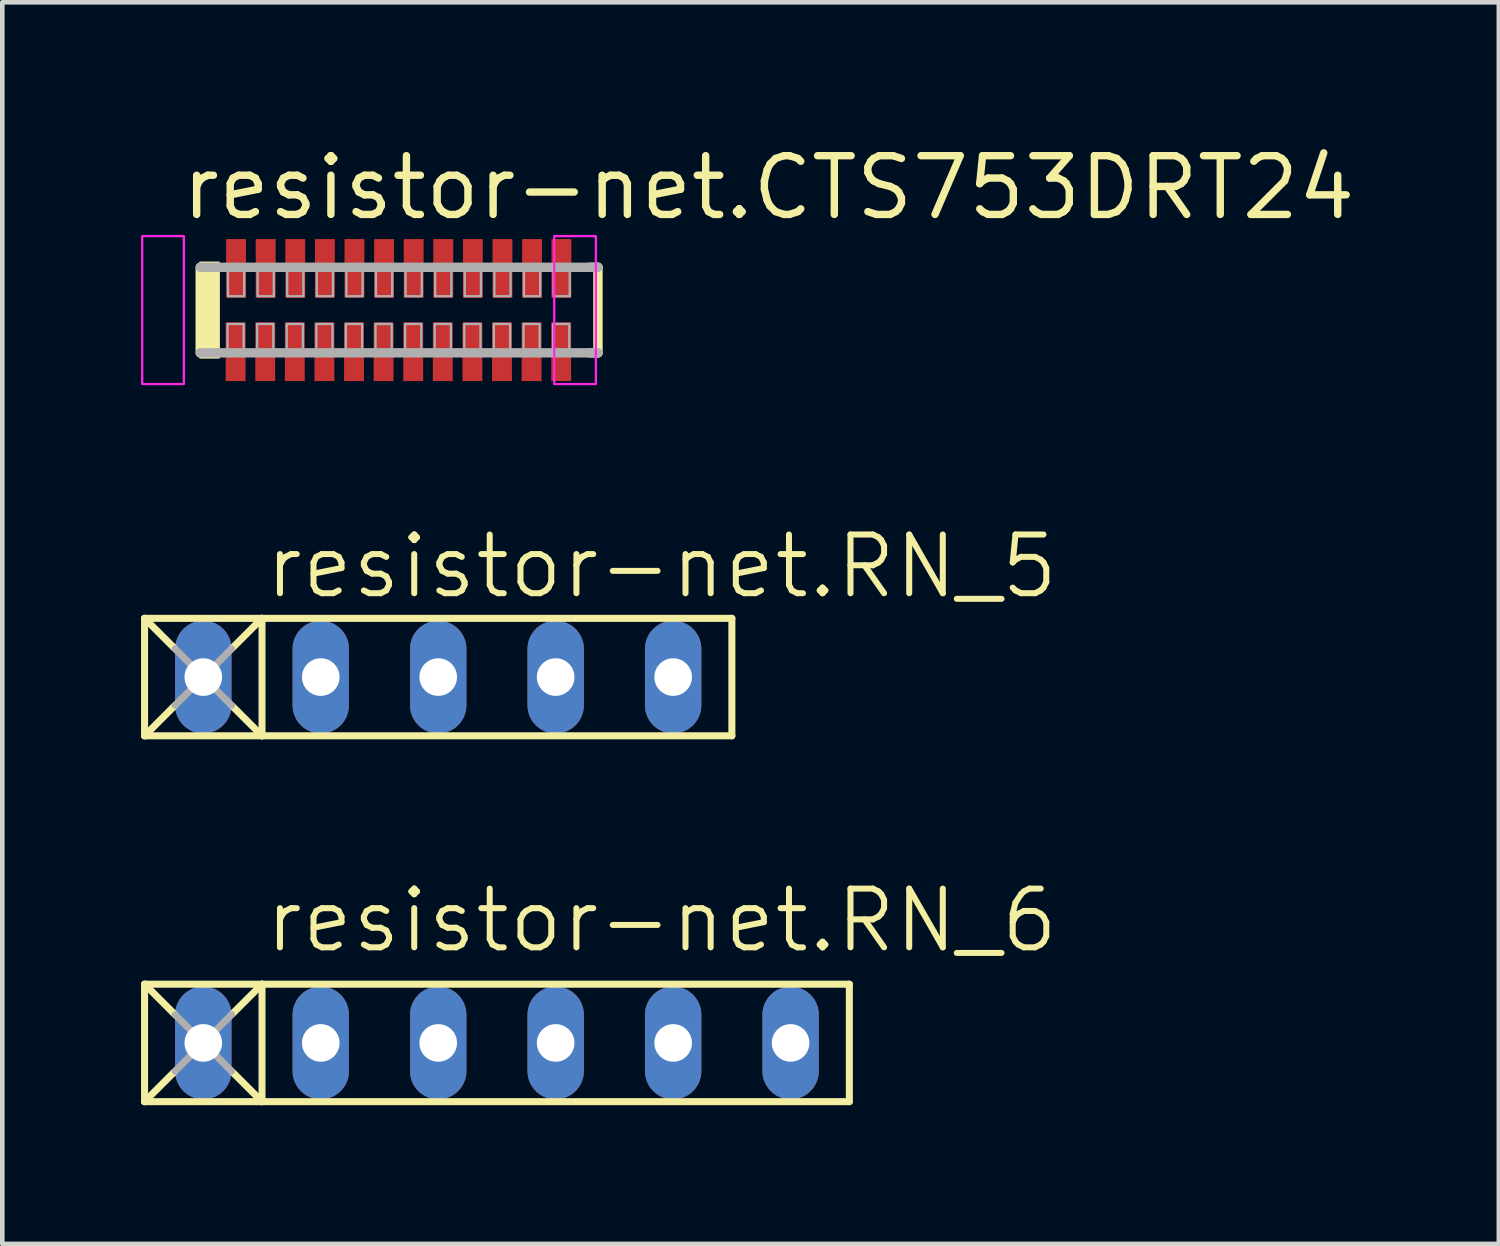
<source format=kicad_pcb>
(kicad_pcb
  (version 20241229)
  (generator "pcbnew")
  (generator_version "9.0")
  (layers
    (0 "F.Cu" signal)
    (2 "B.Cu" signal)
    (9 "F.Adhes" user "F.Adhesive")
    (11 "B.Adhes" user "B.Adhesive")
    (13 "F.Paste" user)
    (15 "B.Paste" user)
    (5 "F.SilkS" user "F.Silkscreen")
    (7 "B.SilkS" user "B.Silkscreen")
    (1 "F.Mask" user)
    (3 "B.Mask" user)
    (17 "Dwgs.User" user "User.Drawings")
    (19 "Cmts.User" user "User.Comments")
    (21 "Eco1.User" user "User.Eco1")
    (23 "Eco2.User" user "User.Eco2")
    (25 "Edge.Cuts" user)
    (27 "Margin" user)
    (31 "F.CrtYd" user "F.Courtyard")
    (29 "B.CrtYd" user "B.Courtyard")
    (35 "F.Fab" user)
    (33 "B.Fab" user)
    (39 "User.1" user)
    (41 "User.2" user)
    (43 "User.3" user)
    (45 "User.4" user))
  (footprint "resistor-net.CTS753DRT24"
    (layer "F.Cu")
    (at 5.57 3.655)
    (property "Reference" "resistor-net.CTS753DRT24" (at -4.775 -1.905 0) (layer "F.SilkS") (effects (font (size 1.27 1.27) (thickness 0.16)) (justify left bottom)))
    (attr smd)
    (fp_line (start -4.29 0.925) (end -4.29 -0.925) (stroke (width 0.203) (type default)) (layer "F.SilkS"))
    (fp_line (start 4.135 -0.925) (end 4.31 -0.925) (stroke (width 0.203) (type default)) (layer "F.SilkS"))
    (fp_line (start 4.31 -0.925) (end 4.31 0.925) (stroke (width 0.203) (type default)) (layer "F.SilkS"))
    (fp_line (start 4.31 0.925) (end 4.135 0.925) (stroke (width 0.203) (type default)) (layer "F.SilkS"))
    (fp_rect (start -4.29 1.025) (end -3.89 -1.025) (stroke (width 0.05) (type default)) (fill yes) (layer "F.SilkS"))
    (fp_rect (start -5.545 1.6) (end -4.645 -1.6) (stroke (width 0.05) (type default)) (fill no) (layer "F.CrtYd"))
    (fp_rect (start 3.365 1.6) (end 4.265 -1.6) (stroke (width 0.05) (type default)) (fill no) (layer "F.CrtYd"))
    (fp_line (start -4.29 -0.925) (end 4.31 -0.925) (stroke (width 0.203) (type default)) (layer "F.Fab"))
    (fp_line (start 4.31 0.925) (end -4.29 0.925) (stroke (width 0.203) (type default)) (layer "F.Fab"))
    (fp_rect (start -3.7 0.9) (end -3.35 0.3) (stroke (width 0.05) (type default)) (fill no) (layer "F.Fab"))
    (fp_rect (start -3.69 -0.3) (end -3.34 -0.9) (stroke (width 0.05) (type default)) (fill no) (layer "F.Fab"))
    (fp_rect (start -3.06 0.9) (end -2.71 0.3) (stroke (width 0.05) (type default)) (fill no) (layer "F.Fab"))
    (fp_rect (start -3.05 -0.3) (end -2.7 -0.9) (stroke (width 0.05) (type default)) (fill no) (layer "F.Fab"))
    (fp_rect (start -2.42 0.9) (end -2.07 0.3) (stroke (width 0.05) (type default)) (fill no) (layer "F.Fab"))
    (fp_rect (start -2.41 -0.3) (end -2.06 -0.9) (stroke (width 0.05) (type default)) (fill no) (layer "F.Fab"))
    (fp_rect (start -1.78 0.9) (end -1.43 0.3) (stroke (width 0.05) (type default)) (fill no) (layer "F.Fab"))
    (fp_rect (start -1.77 -0.3) (end -1.42 -0.9) (stroke (width 0.05) (type default)) (fill no) (layer "F.Fab"))
    (fp_rect (start -1.14 0.9) (end -0.79 0.3) (stroke (width 0.05) (type default)) (fill no) (layer "F.Fab"))
    (fp_rect (start -1.13 -0.3) (end -0.78 -0.9) (stroke (width 0.05) (type default)) (fill no) (layer "F.Fab"))
    (fp_rect (start -0.5 0.9) (end -0.15 0.3) (stroke (width 0.05) (type default)) (fill no) (layer "F.Fab"))
    (fp_rect (start -0.49 -0.3) (end -0.14 -0.9) (stroke (width 0.05) (type default)) (fill no) (layer "F.Fab"))
    (fp_rect (start 0.14 0.9) (end 0.49 0.3) (stroke (width 0.05) (type default)) (fill no) (layer "F.Fab"))
    (fp_rect (start 0.15 -0.3) (end 0.5 -0.9) (stroke (width 0.05) (type default)) (fill no) (layer "F.Fab"))
    (fp_rect (start 0.78 0.9) (end 1.13 0.3) (stroke (width 0.05) (type default)) (fill no) (layer "F.Fab"))
    (fp_rect (start 0.79 -0.3) (end 1.14 -0.9) (stroke (width 0.05) (type default)) (fill no) (layer "F.Fab"))
    (fp_rect (start 1.42 0.9) (end 1.77 0.3) (stroke (width 0.05) (type default)) (fill no) (layer "F.Fab"))
    (fp_rect (start 1.43 -0.3) (end 1.78 -0.9) (stroke (width 0.05) (type default)) (fill no) (layer "F.Fab"))
    (fp_rect (start 2.06 0.9) (end 2.41 0.3) (stroke (width 0.05) (type default)) (fill no) (layer "F.Fab"))
    (fp_rect (start 2.07 -0.3) (end 2.42 -0.9) (stroke (width 0.05) (type default)) (fill no) (layer "F.Fab"))
    (fp_rect (start 2.7 0.9) (end 3.05 0.3) (stroke (width 0.05) (type default)) (fill no) (layer "F.Fab"))
    (fp_rect (start 2.71 -0.3) (end 3.06 -0.9) (stroke (width 0.05) (type default)) (fill no) (layer "F.Fab"))
    (fp_rect (start 3.34 0.9) (end 3.69 0.3) (stroke (width 0.05) (type default)) (fill no) (layer "F.Fab"))
    (fp_rect (start 3.35 -0.3) (end 3.7 -0.9) (stroke (width 0.05) (type default)) (fill no) (layer "F.Fab"))
    (pad "1" smd roundrect (at -3.525 0.9) (size 0.43 1.27) (layers "F.Cu" "F.Mask" "F.Paste") (roundrect_rratio 0.01))
    (pad "2" smd roundrect (at -2.885 0.9) (size 0.43 1.27) (layers "F.Cu" "F.Mask" "F.Paste") (roundrect_rratio 0.01))
    (pad "3" smd roundrect (at -2.245 0.9) (size 0.43 1.27) (layers "F.Cu" "F.Mask" "F.Paste") (roundrect_rratio 0.01))
    (pad "4" smd roundrect (at -1.605 0.9) (size 0.43 1.27) (layers "F.Cu" "F.Mask" "F.Paste") (roundrect_rratio 0.01))
    (pad "5" smd roundrect (at -0.965 0.9) (size 0.43 1.27) (layers "F.Cu" "F.Mask" "F.Paste") (roundrect_rratio 0.01))
    (pad "6" smd roundrect (at -0.325 0.9) (size 0.43 1.27) (layers "F.Cu" "F.Mask" "F.Paste") (roundrect_rratio 0.01))
    (pad "7" smd roundrect (at 0.315 0.9) (size 0.43 1.27) (layers "F.Cu" "F.Mask" "F.Paste") (roundrect_rratio 0.01))
    (pad "8" smd roundrect (at 0.955 0.9) (size 0.43 1.27) (layers "F.Cu" "F.Mask" "F.Paste") (roundrect_rratio 0.01))
    (pad "9" smd roundrect (at 1.595 0.9) (size 0.43 1.27) (layers "F.Cu" "F.Mask" "F.Paste") (roundrect_rratio 0.01))
    (pad "10" smd roundrect (at 2.235 0.9) (size 0.43 1.27) (layers "F.Cu" "F.Mask" "F.Paste") (roundrect_rratio 0.01))
    (pad "11" smd roundrect (at 2.875 0.9) (size 0.43 1.27) (layers "F.Cu" "F.Mask" "F.Paste") (roundrect_rratio 0.01))
    (pad "12" smd roundrect (at 3.515 0.9) (size 0.43 1.27) (layers "F.Cu" "F.Mask" "F.Paste") (roundrect_rratio 0.01))
    (pad "13" smd roundrect (at 3.52 -0.9 180) (size 0.43 1.27) (layers "F.Cu" "F.Mask" "F.Paste") (roundrect_rratio 0.01))
    (pad "14" smd roundrect (at 2.885 -0.9 180) (size 0.43 1.27) (layers "F.Cu" "F.Mask" "F.Paste") (roundrect_rratio 0.01))
    (pad "15" smd roundrect (at 2.245 -0.9 180) (size 0.43 1.27) (layers "F.Cu" "F.Mask" "F.Paste") (roundrect_rratio 0.01))
    (pad "16" smd roundrect (at 1.605 -0.9 180) (size 0.43 1.27) (layers "F.Cu" "F.Mask" "F.Paste") (roundrect_rratio 0.01))
    (pad "17" smd roundrect (at 0.965 -0.9 180) (size 0.43 1.27) (layers "F.Cu" "F.Mask" "F.Paste") (roundrect_rratio 0.01))
    (pad "18" smd roundrect (at 0.325 -0.9 180) (size 0.43 1.27) (layers "F.Cu" "F.Mask" "F.Paste") (roundrect_rratio 0.01))
    (pad "19" smd roundrect (at -0.315 -0.9 180) (size 0.43 1.27) (layers "F.Cu" "F.Mask" "F.Paste") (roundrect_rratio 0.01))
    (pad "20" smd roundrect (at -0.955 -0.9 180) (size 0.43 1.27) (layers "F.Cu" "F.Mask" "F.Paste") (roundrect_rratio 0.01))
    (pad "21" smd roundrect (at -1.595 -0.9 180) (size 0.43 1.27) (layers "F.Cu" "F.Mask" "F.Paste") (roundrect_rratio 0.01))
    (pad "22" smd roundrect (at -2.235 -0.9 180) (size 0.43 1.27) (layers "F.Cu" "F.Mask" "F.Paste") (roundrect_rratio 0.01))
    (pad "23" smd roundrect (at -2.875 -0.9 180) (size 0.43 1.27) (layers "F.Cu" "F.Mask" "F.Paste") (roundrect_rratio 0.01))
    (pad "24" smd roundrect (at -3.515 -0.9 180) (size 0.43 1.27) (layers "F.Cu" "F.Mask" "F.Paste") (roundrect_rratio 0.01)))
  (footprint "resistor-net.RN_5"
    (layer "F.Cu")
    (at 6.426 11.591)
    (property "Reference" "resistor-net.RN_5" (at -3.81 -1.651 0) (layer "F.SilkS") (effects (font (size 1.27 1.27) (thickness 0.13)) (justify left bottom)))
    (attr through_hole)
    (fp_line (start -6.35 -1.27) (end -6.35 1.27) (stroke (width 0.152) (type default)) (layer "F.SilkS"))
    (fp_line (start -6.35 -1.27) (end -5.715 -0.635) (stroke (width 0.152) (type default)) (layer "F.SilkS"))
    (fp_line (start -6.35 1.27) (end -5.715 0.635) (stroke (width 0.152) (type default)) (layer "F.SilkS"))
    (fp_line (start -6.35 1.27) (end -3.81 1.27) (stroke (width 0.152) (type default)) (layer "F.SilkS"))
    (fp_line (start -3.81 -1.27) (end -6.35 -1.27) (stroke (width 0.152) (type default)) (layer "F.SilkS"))
    (fp_line (start -3.81 -1.27) (end -4.445 -0.635) (stroke (width 0.152) (type default)) (layer "F.SilkS"))
    (fp_line (start -3.81 -1.27) (end -3.81 1.27) (stroke (width 0.152) (type default)) (layer "F.SilkS"))
    (fp_line (start -3.81 1.27) (end -4.445 0.635) (stroke (width 0.152) (type default)) (layer "F.SilkS"))
    (fp_line (start -3.81 1.27) (end 6.35 1.27) (stroke (width 0.152) (type default)) (layer "F.SilkS"))
    (fp_line (start 6.35 -1.27) (end -3.81 -1.27) (stroke (width 0.152) (type default)) (layer "F.SilkS"))
    (fp_line (start 6.35 1.27) (end 6.35 -1.27) (stroke (width 0.152) (type default)) (layer "F.SilkS"))
    (fp_line (start -5.69 -0.61) (end -4.47 0.61) (stroke (width 0.152) (type default)) (layer "F.Fab"))
    (fp_line (start -5.69 0.61) (end -4.47 -0.61) (stroke (width 0.152) (type default)) (layer "F.Fab"))
    (pad "1" thru_hole oval (at -5.08 0 90) (size 2.438 1.219) (drill 0.813) (layers "*.Cu" "*.Mask"))
    (pad "2" thru_hole oval (at -2.54 0 90) (size 2.438 1.219) (drill 0.813) (layers "*.Cu" "*.Mask"))
    (pad "3" thru_hole oval (at 0 0 90) (size 2.438 1.219) (drill 0.813) (layers "*.Cu" "*.Mask"))
    (pad "4" thru_hole oval (at 2.54 0 90) (size 2.438 1.219) (drill 0.813) (layers "*.Cu" "*.Mask"))
    (pad "5" thru_hole oval (at 5.08 0 90) (size 2.438 1.219) (drill 0.813) (layers "*.Cu" "*.Mask")))
  (footprint "resistor-net.RN_6"
    (layer "F.Cu")
    (at 7.696 19.502)
    (property "Reference" "resistor-net.RN_6" (at -5.08 -1.905 0) (layer "F.SilkS") (effects (font (size 1.27 1.27) (thickness 0.13)) (justify left bottom)))
    (attr through_hole)
    (fp_line (start -7.62 -1.27) (end -7.62 1.27) (stroke (width 0.152) (type default)) (layer "F.SilkS"))
    (fp_line (start -7.62 -1.27) (end -6.985 -0.635) (stroke (width 0.152) (type default)) (layer "F.SilkS"))
    (fp_line (start -7.62 1.27) (end -6.985 0.635) (stroke (width 0.152) (type default)) (layer "F.SilkS"))
    (fp_line (start -7.62 1.27) (end -5.08 1.27) (stroke (width 0.152) (type default)) (layer "F.SilkS"))
    (fp_line (start -5.08 -1.27) (end -7.62 -1.27) (stroke (width 0.152) (type default)) (layer "F.SilkS"))
    (fp_line (start -5.08 -1.27) (end -5.715 -0.635) (stroke (width 0.152) (type default)) (layer "F.SilkS"))
    (fp_line (start -5.08 -1.27) (end -5.08 1.27) (stroke (width 0.152) (type default)) (layer "F.SilkS"))
    (fp_line (start -5.08 1.27) (end -5.715 0.635) (stroke (width 0.152) (type default)) (layer "F.SilkS"))
    (fp_line (start -5.08 1.27) (end 7.62 1.27) (stroke (width 0.152) (type default)) (layer "F.SilkS"))
    (fp_line (start 7.62 -1.27) (end -5.08 -1.27) (stroke (width 0.152) (type default)) (layer "F.SilkS"))
    (fp_line (start 7.62 1.27) (end 7.62 -1.27) (stroke (width 0.152) (type default)) (layer "F.SilkS"))
    (fp_line (start -6.96 -0.61) (end -5.74 0.61) (stroke (width 0.152) (type default)) (layer "F.Fab"))
    (fp_line (start -6.96 0.61) (end -5.74 -0.61) (stroke (width 0.152) (type default)) (layer "F.Fab"))
    (pad "1" thru_hole oval (at -6.35 0 90) (size 2.438 1.219) (drill 0.813) (layers "*.Cu" "*.Mask"))
    (pad "2" thru_hole oval (at -3.81 0 90) (size 2.438 1.219) (drill 0.813) (layers "*.Cu" "*.Mask"))
    (pad "3" thru_hole oval (at -1.27 0 90) (size 2.438 1.219) (drill 0.813) (layers "*.Cu" "*.Mask"))
    (pad "4" thru_hole oval (at 1.27 0 90) (size 2.438 1.219) (drill 0.813) (layers "*.Cu" "*.Mask"))
    (pad "5" thru_hole oval (at 3.81 0 90) (size 2.438 1.219) (drill 0.813) (layers "*.Cu" "*.Mask"))
    (pad "6" thru_hole oval (at 6.35 0 90) (size 2.438 1.219) (drill 0.813) (layers "*.Cu" "*.Mask")))
  (gr_rect
    (start -3 -3)
    (end 29.361 23.848)
    (stroke (width 0.1) (type default))
    (fill no)
    (layer "Edge.Cuts")))
</source>
